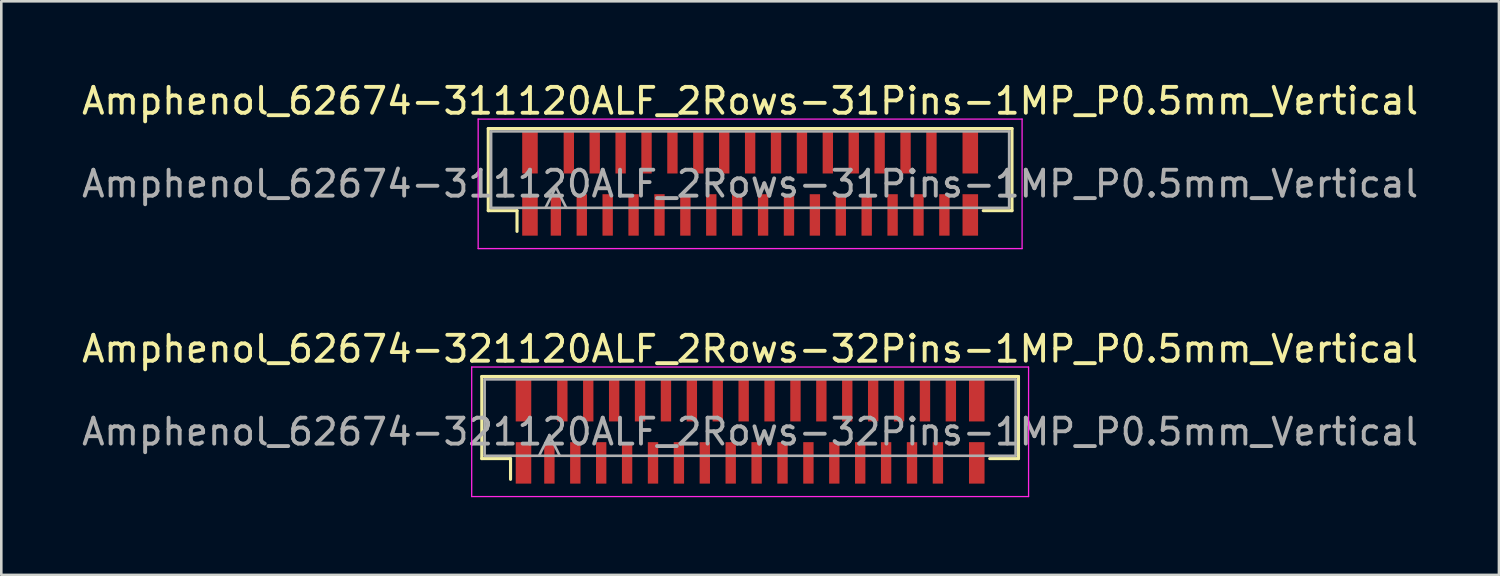
<source format=kicad_pcb>
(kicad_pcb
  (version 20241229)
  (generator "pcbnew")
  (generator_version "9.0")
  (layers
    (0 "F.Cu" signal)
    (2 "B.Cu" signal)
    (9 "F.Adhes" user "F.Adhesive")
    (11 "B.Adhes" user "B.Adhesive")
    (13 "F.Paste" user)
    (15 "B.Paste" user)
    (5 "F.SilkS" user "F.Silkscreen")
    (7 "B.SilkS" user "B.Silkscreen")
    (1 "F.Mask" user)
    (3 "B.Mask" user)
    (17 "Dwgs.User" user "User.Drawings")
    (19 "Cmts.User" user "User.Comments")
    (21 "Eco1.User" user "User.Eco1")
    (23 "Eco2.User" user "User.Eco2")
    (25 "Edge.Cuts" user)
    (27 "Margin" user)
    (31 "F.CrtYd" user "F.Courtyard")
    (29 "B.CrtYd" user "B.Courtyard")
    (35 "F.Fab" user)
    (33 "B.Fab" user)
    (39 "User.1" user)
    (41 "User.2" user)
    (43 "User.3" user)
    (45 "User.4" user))
  (footprint "Amphenol_62674-321120ALF_2Rows-32Pins-1MP_P0.5mm_Vertical"
    (layer "F.Cu")
    (at 25.911 13.621)
    (property "Reference" "Amphenol_62674-321120ALF_2Rows-32Pins-1MP_P0.5mm_Vertical" (at 0 -3.2 0) (layer "F.SilkS") (effects (font (size 1 1) (thickness 0.15))))
    (attr smd)
    (fp_line (start -10.36 -2.135) (end -10.36 1.035) (stroke (width 0.12) (type solid)) (layer "F.SilkS"))
    (fp_line (start -10.36 1.035) (end -9.25 1.035) (stroke (width 0.12) (type solid)) (layer "F.SilkS"))
    (fp_line (start -9.25 1.035) (end -9.25 1.835) (stroke (width 0.12) (type solid)) (layer "F.SilkS"))
    (fp_line (start 9.25 1.035) (end 10.36 1.035) (stroke (width 0.12) (type solid)) (layer "F.SilkS"))
    (fp_line (start 10.36 -2.135) (end -10.36 -2.135) (stroke (width 0.12) (type solid)) (layer "F.SilkS"))
    (fp_line (start 10.36 1.035) (end 10.36 -2.135) (stroke (width 0.12) (type solid)) (layer "F.SilkS"))
    (fp_line (start -10.75 -2.5) (end 10.75 -2.5) (stroke (width 0.05) (type solid)) (layer "F.CrtYd"))
    (fp_line (start -10.75 2.5) (end -10.75 -2.5) (stroke (width 0.05) (type solid)) (layer "F.CrtYd"))
    (fp_line (start 10.75 -2.5) (end 10.75 2.5) (stroke (width 0.05) (type solid)) (layer "F.CrtYd"))
    (fp_line (start 10.75 2.5) (end -10.75 2.5) (stroke (width 0.05) (type solid)) (layer "F.CrtYd"))
    (fp_line (start -10.25 -2.025) (end -10.25 0.925) (stroke (width 0.1) (type solid)) (layer "F.Fab"))
    (fp_line (start -10.25 0.925) (end 10.25 0.925) (stroke (width 0.1) (type solid)) (layer "F.Fab"))
    (fp_line (start -8.15 0.925) (end -7.75 0.125) (stroke (width 0.1) (type solid)) (layer "F.Fab"))
    (fp_line (start -7.75 0.125) (end -7.35 0.925) (stroke (width 0.1) (type solid)) (layer "F.Fab"))
    (fp_line (start 10.25 -2.025) (end -10.25 -2.025) (stroke (width 0.1) (type solid)) (layer "F.Fab"))
    (fp_line (start 10.25 0.925) (end 10.25 -2.025) (stroke (width 0.1) (type solid)) (layer "F.Fab"))
    (fp_text user "${REFERENCE}" (at 0 0 0) (layer "F.Fab") (effects (font (size 1 1) (thickness 0.15))))
    (pad "1" smd rect (at -7.75 1.2) (size 0.4 1.6) (layers "F.Cu" "F.Mask" "F.Paste"))
    (pad "2" smd rect (at -7.25 -1.2) (size 0.4 1.6) (layers "F.Cu" "F.Mask" "F.Paste"))
    (pad "3" smd rect (at -6.75 1.2) (size 0.4 1.6) (layers "F.Cu" "F.Mask" "F.Paste"))
    (pad "4" smd rect (at -6.25 -1.2) (size 0.4 1.6) (layers "F.Cu" "F.Mask" "F.Paste"))
    (pad "5" smd rect (at -5.75 1.2) (size 0.4 1.6) (layers "F.Cu" "F.Mask" "F.Paste"))
    (pad "6" smd rect (at -5.25 -1.2) (size 0.4 1.6) (layers "F.Cu" "F.Mask" "F.Paste"))
    (pad "7" smd rect (at -4.75 1.2) (size 0.4 1.6) (layers "F.Cu" "F.Mask" "F.Paste"))
    (pad "8" smd rect (at -4.25 -1.2) (size 0.4 1.6) (layers "F.Cu" "F.Mask" "F.Paste"))
    (pad "9" smd rect (at -3.75 1.2) (size 0.4 1.6) (layers "F.Cu" "F.Mask" "F.Paste"))
    (pad "10" smd rect (at -3.25 -1.2) (size 0.4 1.6) (layers "F.Cu" "F.Mask" "F.Paste"))
    (pad "11" smd rect (at -2.75 1.2) (size 0.4 1.6) (layers "F.Cu" "F.Mask" "F.Paste"))
    (pad "12" smd rect (at -2.25 -1.2) (size 0.4 1.6) (layers "F.Cu" "F.Mask" "F.Paste"))
    (pad "13" smd rect (at -1.75 1.2) (size 0.4 1.6) (layers "F.Cu" "F.Mask" "F.Paste"))
    (pad "14" smd rect (at -1.25 -1.2) (size 0.4 1.6) (layers "F.Cu" "F.Mask" "F.Paste"))
    (pad "15" smd rect (at -0.75 1.2) (size 0.4 1.6) (layers "F.Cu" "F.Mask" "F.Paste"))
    (pad "16" smd rect (at -0.25 -1.2) (size 0.4 1.6) (layers "F.Cu" "F.Mask" "F.Paste"))
    (pad "17" smd rect (at 0.25 1.2) (size 0.4 1.6) (layers "F.Cu" "F.Mask" "F.Paste"))
    (pad "18" smd rect (at 0.75 -1.2) (size 0.4 1.6) (layers "F.Cu" "F.Mask" "F.Paste"))
    (pad "19" smd rect (at 1.25 1.2) (size 0.4 1.6) (layers "F.Cu" "F.Mask" "F.Paste"))
    (pad "20" smd rect (at 1.75 -1.2) (size 0.4 1.6) (layers "F.Cu" "F.Mask" "F.Paste"))
    (pad "21" smd rect (at 2.25 1.2) (size 0.4 1.6) (layers "F.Cu" "F.Mask" "F.Paste"))
    (pad "22" smd rect (at 2.75 -1.2) (size 0.4 1.6) (layers "F.Cu" "F.Mask" "F.Paste"))
    (pad "23" smd rect (at 3.25 1.2) (size 0.4 1.6) (layers "F.Cu" "F.Mask" "F.Paste"))
    (pad "24" smd rect (at 3.75 -1.2) (size 0.4 1.6) (layers "F.Cu" "F.Mask" "F.Paste"))
    (pad "25" smd rect (at 4.25 1.2) (size 0.4 1.6) (layers "F.Cu" "F.Mask" "F.Paste"))
    (pad "26" smd rect (at 4.75 -1.2) (size 0.4 1.6) (layers "F.Cu" "F.Mask" "F.Paste"))
    (pad "27" smd rect (at 5.25 1.2) (size 0.4 1.6) (layers "F.Cu" "F.Mask" "F.Paste"))
    (pad "28" smd rect (at 5.75 -1.2) (size 0.4 1.6) (layers "F.Cu" "F.Mask" "F.Paste"))
    (pad "29" smd rect (at 6.25 1.2) (size 0.4 1.6) (layers "F.Cu" "F.Mask" "F.Paste"))
    (pad "30" smd rect (at 6.75 -1.2) (size 0.4 1.6) (layers "F.Cu" "F.Mask" "F.Paste"))
    (pad "31" smd rect (at 7.25 1.2) (size 0.4 1.6) (layers "F.Cu" "F.Mask" "F.Paste"))
    (pad "32" smd rect (at 7.75 -1.2) (size 0.4 1.6) (layers "F.Cu" "F.Mask" "F.Paste"))
    (pad "MP" smd rect (at -8.75 -1.2) (size 0.6 1.6) (layers "F.Cu" "F.Mask" "F.Paste"))
    (pad "MP" smd rect (at -8.75 1.2) (size 0.6 1.6) (layers "F.Cu" "F.Mask" "F.Paste"))
    (pad "MP" smd rect (at 8.75 -1.2) (size 0.6 1.6) (layers "F.Cu" "F.Mask" "F.Paste"))
    (pad "MP" smd rect (at 8.75 1.2) (size 0.6 1.6) (layers "F.Cu" "F.Mask" "F.Paste")))
  (footprint "Amphenol_62674-311120ALF_2Rows-31Pins-1MP_P0.5mm_Vertical"
    (layer "F.Cu")
    (at 25.911 4.048)
    (property "Reference" "Amphenol_62674-311120ALF_2Rows-31Pins-1MP_P0.5mm_Vertical" (at 0 -3.2 0) (layer "F.SilkS") (effects (font (size 1 1) (thickness 0.15))))
    (attr smd)
    (fp_line (start -10.11 -2.135) (end -10.11 1.035) (stroke (width 0.12) (type solid)) (layer "F.SilkS"))
    (fp_line (start -10.11 1.035) (end -9 1.035) (stroke (width 0.12) (type solid)) (layer "F.SilkS"))
    (fp_line (start -9 1.035) (end -9 1.835) (stroke (width 0.12) (type solid)) (layer "F.SilkS"))
    (fp_line (start 9 1.035) (end 10.11 1.035) (stroke (width 0.12) (type solid)) (layer "F.SilkS"))
    (fp_line (start 10.11 -2.135) (end -10.11 -2.135) (stroke (width 0.12) (type solid)) (layer "F.SilkS"))
    (fp_line (start 10.11 1.035) (end 10.11 -2.135) (stroke (width 0.12) (type solid)) (layer "F.SilkS"))
    (fp_line (start -10.5 -2.5) (end 10.5 -2.5) (stroke (width 0.05) (type solid)) (layer "F.CrtYd"))
    (fp_line (start -10.5 2.5) (end -10.5 -2.5) (stroke (width 0.05) (type solid)) (layer "F.CrtYd"))
    (fp_line (start 10.5 -2.5) (end 10.5 2.5) (stroke (width 0.05) (type solid)) (layer "F.CrtYd"))
    (fp_line (start 10.5 2.5) (end -10.5 2.5) (stroke (width 0.05) (type solid)) (layer "F.CrtYd"))
    (fp_line (start -10 -2.025) (end -10 0.925) (stroke (width 0.1) (type solid)) (layer "F.Fab"))
    (fp_line (start -10 0.925) (end 10 0.925) (stroke (width 0.1) (type solid)) (layer "F.Fab"))
    (fp_line (start -7.9 0.925) (end -7.5 0.125) (stroke (width 0.1) (type solid)) (layer "F.Fab"))
    (fp_line (start -7.5 0.125) (end -7.1 0.925) (stroke (width 0.1) (type solid)) (layer "F.Fab"))
    (fp_line (start 10 -2.025) (end -10 -2.025) (stroke (width 0.1) (type solid)) (layer "F.Fab"))
    (fp_line (start 10 0.925) (end 10 -2.025) (stroke (width 0.1) (type solid)) (layer "F.Fab"))
    (fp_text user "${REFERENCE}" (at 0 0 0) (layer "F.Fab") (effects (font (size 1 1) (thickness 0.15))))
    (pad "1" smd rect (at -7.5 1.2) (size 0.4 1.6) (layers "F.Cu" "F.Mask" "F.Paste"))
    (pad "2" smd rect (at -7 -1.2) (size 0.4 1.6) (layers "F.Cu" "F.Mask" "F.Paste"))
    (pad "3" smd rect (at -6.5 1.2) (size 0.4 1.6) (layers "F.Cu" "F.Mask" "F.Paste"))
    (pad "4" smd rect (at -6 -1.2) (size 0.4 1.6) (layers "F.Cu" "F.Mask" "F.Paste"))
    (pad "5" smd rect (at -5.5 1.2) (size 0.4 1.6) (layers "F.Cu" "F.Mask" "F.Paste"))
    (pad "6" smd rect (at -5 -1.2) (size 0.4 1.6) (layers "F.Cu" "F.Mask" "F.Paste"))
    (pad "7" smd rect (at -4.5 1.2) (size 0.4 1.6) (layers "F.Cu" "F.Mask" "F.Paste"))
    (pad "8" smd rect (at -4 -1.2) (size 0.4 1.6) (layers "F.Cu" "F.Mask" "F.Paste"))
    (pad "9" smd rect (at -3.5 1.2) (size 0.4 1.6) (layers "F.Cu" "F.Mask" "F.Paste"))
    (pad "10" smd rect (at -3 -1.2) (size 0.4 1.6) (layers "F.Cu" "F.Mask" "F.Paste"))
    (pad "11" smd rect (at -2.5 1.2) (size 0.4 1.6) (layers "F.Cu" "F.Mask" "F.Paste"))
    (pad "12" smd rect (at -2 -1.2) (size 0.4 1.6) (layers "F.Cu" "F.Mask" "F.Paste"))
    (pad "13" smd rect (at -1.5 1.2) (size 0.4 1.6) (layers "F.Cu" "F.Mask" "F.Paste"))
    (pad "14" smd rect (at -1 -1.2) (size 0.4 1.6) (layers "F.Cu" "F.Mask" "F.Paste"))
    (pad "15" smd rect (at -0.5 1.2) (size 0.4 1.6) (layers "F.Cu" "F.Mask" "F.Paste"))
    (pad "16" smd rect (at 0 -1.2) (size 0.4 1.6) (layers "F.Cu" "F.Mask" "F.Paste"))
    (pad "17" smd rect (at 0.5 1.2) (size 0.4 1.6) (layers "F.Cu" "F.Mask" "F.Paste"))
    (pad "18" smd rect (at 1 -1.2) (size 0.4 1.6) (layers "F.Cu" "F.Mask" "F.Paste"))
    (pad "19" smd rect (at 1.5 1.2) (size 0.4 1.6) (layers "F.Cu" "F.Mask" "F.Paste"))
    (pad "20" smd rect (at 2 -1.2) (size 0.4 1.6) (layers "F.Cu" "F.Mask" "F.Paste"))
    (pad "21" smd rect (at 2.5 1.2) (size 0.4 1.6) (layers "F.Cu" "F.Mask" "F.Paste"))
    (pad "22" smd rect (at 3 -1.2) (size 0.4 1.6) (layers "F.Cu" "F.Mask" "F.Paste"))
    (pad "23" smd rect (at 3.5 1.2) (size 0.4 1.6) (layers "F.Cu" "F.Mask" "F.Paste"))
    (pad "24" smd rect (at 4 -1.2) (size 0.4 1.6) (layers "F.Cu" "F.Mask" "F.Paste"))
    (pad "25" smd rect (at 4.5 1.2) (size 0.4 1.6) (layers "F.Cu" "F.Mask" "F.Paste"))
    (pad "26" smd rect (at 5 -1.2) (size 0.4 1.6) (layers "F.Cu" "F.Mask" "F.Paste"))
    (pad "27" smd rect (at 5.5 1.2) (size 0.4 1.6) (layers "F.Cu" "F.Mask" "F.Paste"))
    (pad "28" smd rect (at 6 -1.2) (size 0.4 1.6) (layers "F.Cu" "F.Mask" "F.Paste"))
    (pad "29" smd rect (at 6.5 1.2) (size 0.4 1.6) (layers "F.Cu" "F.Mask" "F.Paste"))
    (pad "30" smd rect (at 7 -1.2) (size 0.4 1.6) (layers "F.Cu" "F.Mask" "F.Paste"))
    (pad "31" smd rect (at 7.5 1.2) (size 0.4 1.6) (layers "F.Cu" "F.Mask" "F.Paste"))
    (pad "MP" smd rect (at -8.5 -1.2) (size 0.6 1.6) (layers "F.Cu" "F.Mask" "F.Paste"))
    (pad "MP" smd rect (at -8.5 1.2) (size 0.6 1.6) (layers "F.Cu" "F.Mask" "F.Paste"))
    (pad "MP" smd rect (at 8.5 -1.2) (size 0.6 1.6) (layers "F.Cu" "F.Mask" "F.Paste"))
    (pad "MP" smd rect (at 8.5 1.2) (size 0.6 1.6) (layers "F.Cu" "F.Mask" "F.Paste")))
  (gr_rect
    (start -3 -3)
    (end 54.821 19.146)
    (stroke (width 0.1) (type default))
    (fill no)
    (layer "Edge.Cuts")))
</source>
